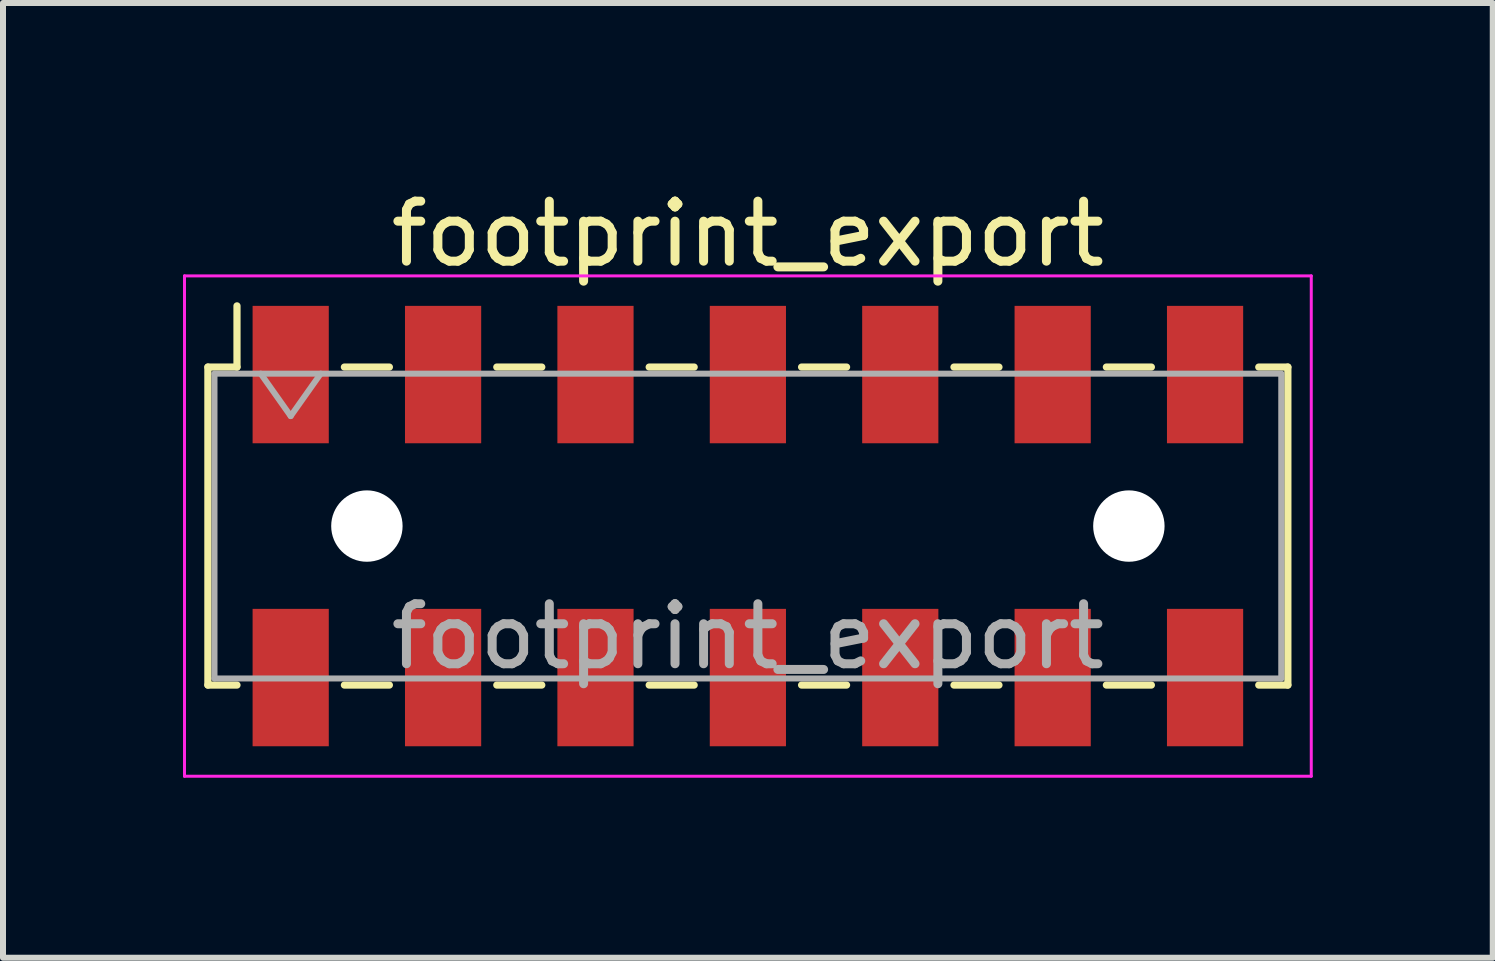
<source format=kicad_pcb>
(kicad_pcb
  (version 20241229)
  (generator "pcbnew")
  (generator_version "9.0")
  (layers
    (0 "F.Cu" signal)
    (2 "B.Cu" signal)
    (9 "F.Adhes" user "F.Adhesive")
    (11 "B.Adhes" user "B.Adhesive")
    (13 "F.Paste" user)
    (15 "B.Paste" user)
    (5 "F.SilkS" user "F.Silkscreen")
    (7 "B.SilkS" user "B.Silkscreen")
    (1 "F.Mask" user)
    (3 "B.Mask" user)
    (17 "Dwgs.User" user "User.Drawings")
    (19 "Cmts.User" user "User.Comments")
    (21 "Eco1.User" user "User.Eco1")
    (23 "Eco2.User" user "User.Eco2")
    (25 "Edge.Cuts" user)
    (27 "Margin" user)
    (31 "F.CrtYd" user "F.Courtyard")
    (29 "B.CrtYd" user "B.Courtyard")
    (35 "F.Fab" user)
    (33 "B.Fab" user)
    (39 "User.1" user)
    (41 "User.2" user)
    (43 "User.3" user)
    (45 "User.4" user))
  (footprint "footprint_export"
    (layer "F.Cu")
    (at 9.415 5.718)
    (property "Reference" "footprint_export" (at 0 -4.87 0) (layer "F.SilkS") (effects (font (size 1 1) (thickness 0.15))))
    (attr smd)
    (fp_line (start -9 -2.65) (end -9 2.65) (stroke (width 0.12) (type solid)) (layer "F.SilkS"))
    (fp_line (start -9 2.65) (end -8.515 2.65) (stroke (width 0.12) (type solid)) (layer "F.SilkS"))
    (fp_line (start -8.515 -3.67) (end -8.515 -2.65) (stroke (width 0.12) (type solid)) (layer "F.SilkS"))
    (fp_line (start -8.515 -2.65) (end -9 -2.65) (stroke (width 0.12) (type solid)) (layer "F.SilkS"))
    (fp_line (start -6.725 -2.65) (end -5.975 -2.65) (stroke (width 0.12) (type solid)) (layer "F.SilkS"))
    (fp_line (start -6.725 2.65) (end -5.975 2.65) (stroke (width 0.12) (type solid)) (layer "F.SilkS"))
    (fp_line (start -4.185 -2.65) (end -3.435 -2.65) (stroke (width 0.12) (type solid)) (layer "F.SilkS"))
    (fp_line (start -4.185 2.65) (end -3.435 2.65) (stroke (width 0.12) (type solid)) (layer "F.SilkS"))
    (fp_line (start -1.645 -2.65) (end -0.895 -2.65) (stroke (width 0.12) (type solid)) (layer "F.SilkS"))
    (fp_line (start -1.645 2.65) (end -0.895 2.65) (stroke (width 0.12) (type solid)) (layer "F.SilkS"))
    (fp_line (start 0.895 -2.65) (end 1.645 -2.65) (stroke (width 0.12) (type solid)) (layer "F.SilkS"))
    (fp_line (start 0.895 2.65) (end 1.645 2.65) (stroke (width 0.12) (type solid)) (layer "F.SilkS"))
    (fp_line (start 3.435 -2.65) (end 4.185 -2.65) (stroke (width 0.12) (type solid)) (layer "F.SilkS"))
    (fp_line (start 3.435 2.65) (end 4.185 2.65) (stroke (width 0.12) (type solid)) (layer "F.SilkS"))
    (fp_line (start 5.975 -2.65) (end 6.725 -2.65) (stroke (width 0.12) (type solid)) (layer "F.SilkS"))
    (fp_line (start 5.975 2.65) (end 6.725 2.65) (stroke (width 0.12) (type solid)) (layer "F.SilkS"))
    (fp_line (start 8.515 -2.65) (end 9 -2.65) (stroke (width 0.12) (type solid)) (layer "F.SilkS"))
    (fp_line (start 9 -2.65) (end 9 2.65) (stroke (width 0.12) (type solid)) (layer "F.SilkS"))
    (fp_line (start 9 2.65) (end 8.515 2.65) (stroke (width 0.12) (type solid)) (layer "F.SilkS"))
    (fp_line (start -9.39 -4.17) (end 9.39 -4.17) (stroke (width 0.05) (type solid)) (layer "F.CrtYd"))
    (fp_line (start -9.39 4.17) (end -9.39 -4.17) (stroke (width 0.05) (type solid)) (layer "F.CrtYd"))
    (fp_line (start 9.39 -4.17) (end 9.39 4.17) (stroke (width 0.05) (type solid)) (layer "F.CrtYd"))
    (fp_line (start 9.39 4.17) (end -9.39 4.17) (stroke (width 0.05) (type solid)) (layer "F.CrtYd"))
    (fp_line (start -8.89 -2.54) (end 8.89 -2.54) (stroke (width 0.1) (type solid)) (layer "F.Fab"))
    (fp_line (start -8.89 2.54) (end -8.89 -2.54) (stroke (width 0.1) (type solid)) (layer "F.Fab"))
    (fp_line (start -8.12 -2.54) (end -7.62 -1.833) (stroke (width 0.1) (type solid)) (layer "F.Fab"))
    (fp_line (start -7.62 -1.833) (end -7.12 -2.54) (stroke (width 0.1) (type solid)) (layer "F.Fab"))
    (fp_line (start 8.89 -2.54) (end 8.89 2.54) (stroke (width 0.1) (type solid)) (layer "F.Fab"))
    (fp_line (start 8.89 2.54) (end -8.89 2.54) (stroke (width 0.1) (type solid)) (layer "F.Fab"))
    (fp_text user "${REFERENCE}" (at 0 1.84 0) (layer "F.Fab") (effects (font (size 1 1) (thickness 0.15))))
    (pad "" np_thru_hole circle (at -6.35 0) (size 1.19 1.19) (drill 1.19) (layers "*.Cu" "*.Mask"))
    (pad "" np_thru_hole circle (at 6.35 0) (size 1.19 1.19) (drill 1.19) (layers "*.Cu" "*.Mask"))
    (pad "1" smd rect (at -7.62 -2.525) (size 1.27 2.29) (layers "F.Cu" "F.Mask" "F.Paste"))
    (pad "2" smd rect (at -7.62 2.525) (size 1.27 2.29) (layers "F.Cu" "F.Mask" "F.Paste"))
    (pad "3" smd rect (at -5.08 -2.525) (size 1.27 2.29) (layers "F.Cu" "F.Mask" "F.Paste"))
    (pad "4" smd rect (at -5.08 2.525) (size 1.27 2.29) (layers "F.Cu" "F.Mask" "F.Paste"))
    (pad "5" smd rect (at -2.54 -2.525) (size 1.27 2.29) (layers "F.Cu" "F.Mask" "F.Paste"))
    (pad "6" smd rect (at -2.54 2.525) (size 1.27 2.29) (layers "F.Cu" "F.Mask" "F.Paste"))
    (pad "7" smd rect (at 0 -2.525) (size 1.27 2.29) (layers "F.Cu" "F.Mask" "F.Paste"))
    (pad "8" smd rect (at 0 2.525) (size 1.27 2.29) (layers "F.Cu" "F.Mask" "F.Paste"))
    (pad "9" smd rect (at 2.54 -2.525) (size 1.27 2.29) (layers "F.Cu" "F.Mask" "F.Paste"))
    (pad "10" smd rect (at 2.54 2.525) (size 1.27 2.29) (layers "F.Cu" "F.Mask" "F.Paste"))
    (pad "11" smd rect (at 5.08 -2.525) (size 1.27 2.29) (layers "F.Cu" "F.Mask" "F.Paste"))
    (pad "12" smd rect (at 5.08 2.525) (size 1.27 2.29) (layers "F.Cu" "F.Mask" "F.Paste"))
    (pad "13" smd rect (at 7.62 -2.525) (size 1.27 2.29) (layers "F.Cu" "F.Mask" "F.Paste"))
    (pad "14" smd rect (at 7.62 2.525) (size 1.27 2.29) (layers "F.Cu" "F.Mask" "F.Paste")))
  (gr_rect
    (start -3 -3)
    (end 21.83 12.913)
    (stroke (width 0.1) (type default))
    (fill no)
    (layer "Edge.Cuts")))
</source>
